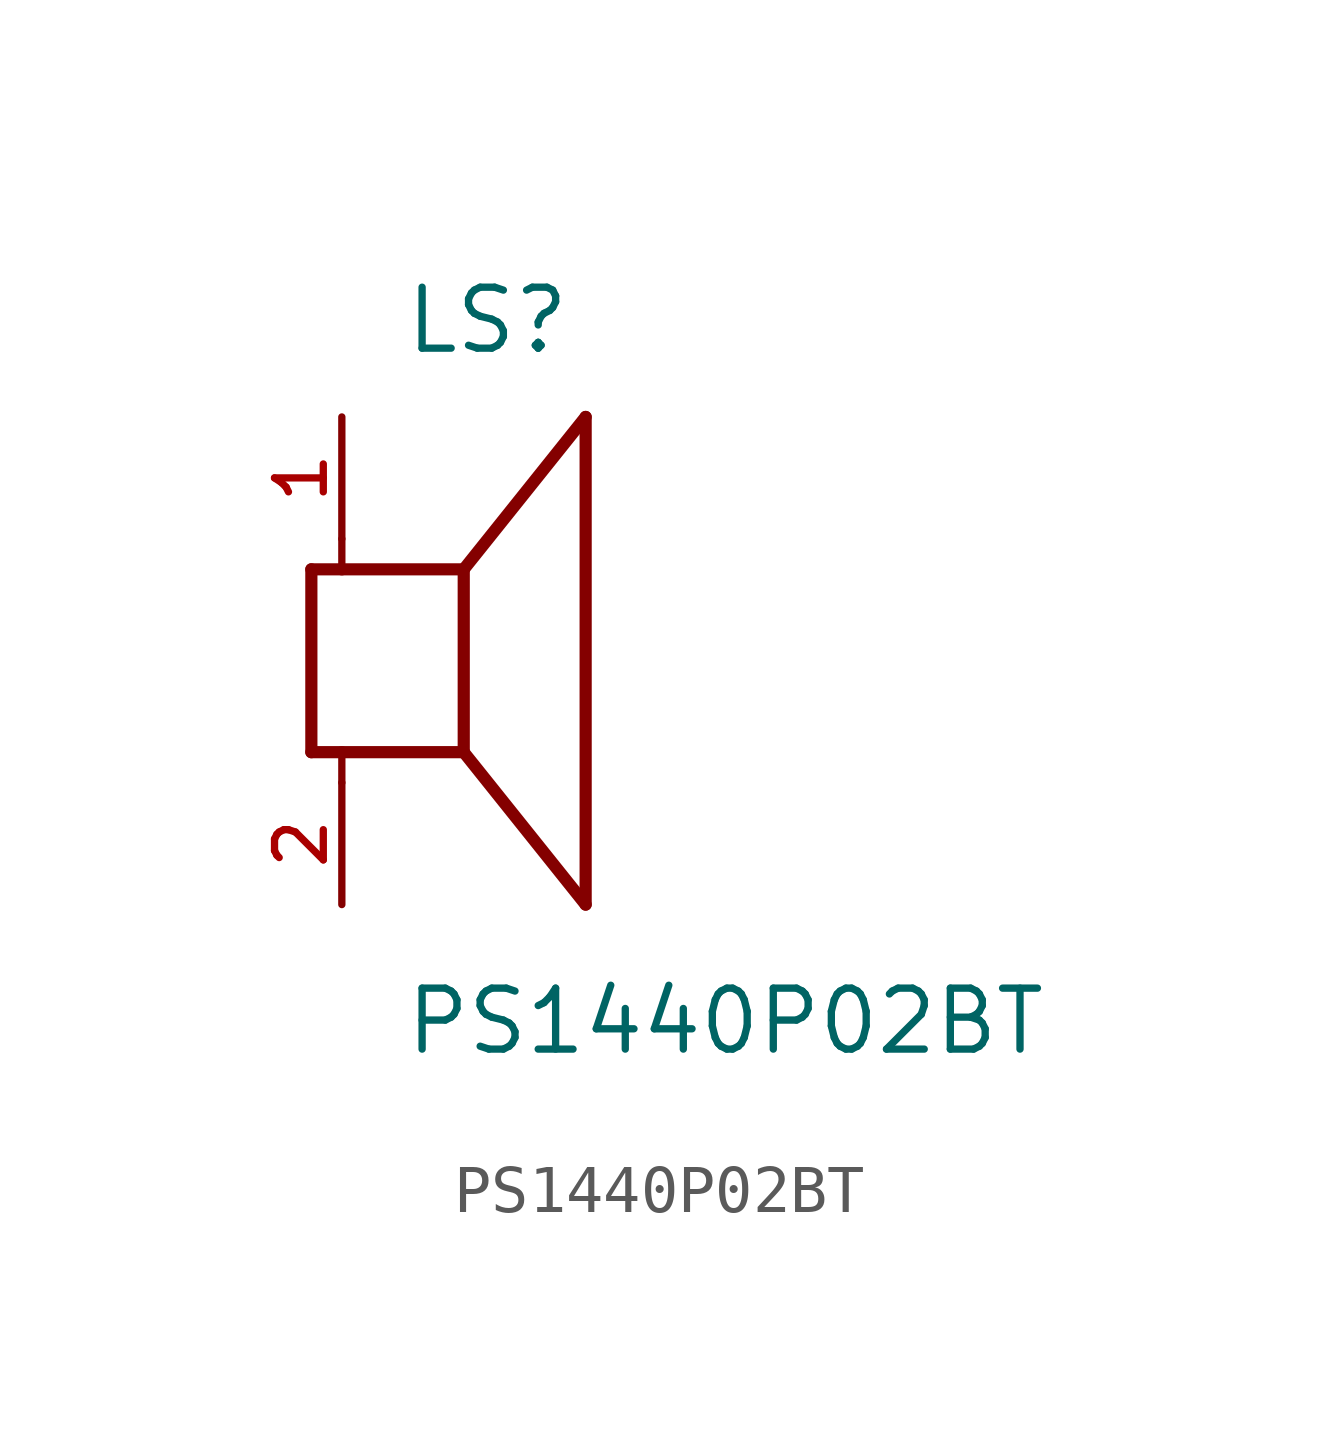
<source format=kicad_sym>
(kicad_symbol_lib
  (version 20211014)
  (generator kicad_symbol_editor)
  (symbol "PS1440P02BT"
    (pin_names
      (offset 1.016))
    (property "Reference" "LS"
      (at -1.27 6.35 0)
      (effects (font (size 1.27 1.27)) (justify bottom left)))
    (property "Value" "PS1440P02BT"
      (at -1.27 -8.255 0)
      (effects (font (size 1.27 1.27)) (justify bottom left)))
    (symbol "PS1440P02BT_0_0"
      (polyline (pts (xy -3.175 1.905) (xy -3.175 -1.905)) (stroke (width 0.254)))
      (polyline (pts (xy -3.175 -1.905) (xy -2.54 -1.905)) (stroke (width 0.254)))
      (polyline (pts (xy 0.0 -1.905) (xy 0.0 1.905)) (stroke (width 0.254)))
      (polyline (pts (xy -3.175 1.905) (xy -2.54 1.905)) (stroke (width 0.254)))
      (polyline (pts (xy 0.0 -1.905) (xy 2.54 -5.08)) (stroke (width 0.254)))
      (polyline (pts (xy 2.54 -5.08) (xy 2.54 5.08)) (stroke (width 0.254)))
      (polyline (pts (xy 0.0 1.905) (xy 2.54 5.08)) (stroke (width 0.254)))
      (polyline (pts (xy -2.54 -2.54) (xy -2.54 -1.905)) (stroke (width 0.152)))
      (polyline (pts (xy -2.54 -1.905) (xy 0.0 -1.905)) (stroke (width 0.254)))
      (polyline (pts (xy -2.54 2.54) (xy -2.54 1.905)) (stroke (width 0.152)))
      (polyline (pts (xy -2.54 1.905) (xy 0.0 1.905)) (stroke (width 0.254)))
      (pin passive line (at -2.54 -5.08 90.0) (length 2.54) (name "~" (effects (font (size 1.016 1.016)))) (number "2" (effects (font (size 1.016 1.016)))))
      (pin passive line (at -2.54 5.08 270.0) (length 2.54) (name "~" (effects (font (size 1.016 1.016)))) (number "1" (effects (font (size 1.016 1.016))))))))
</source>
